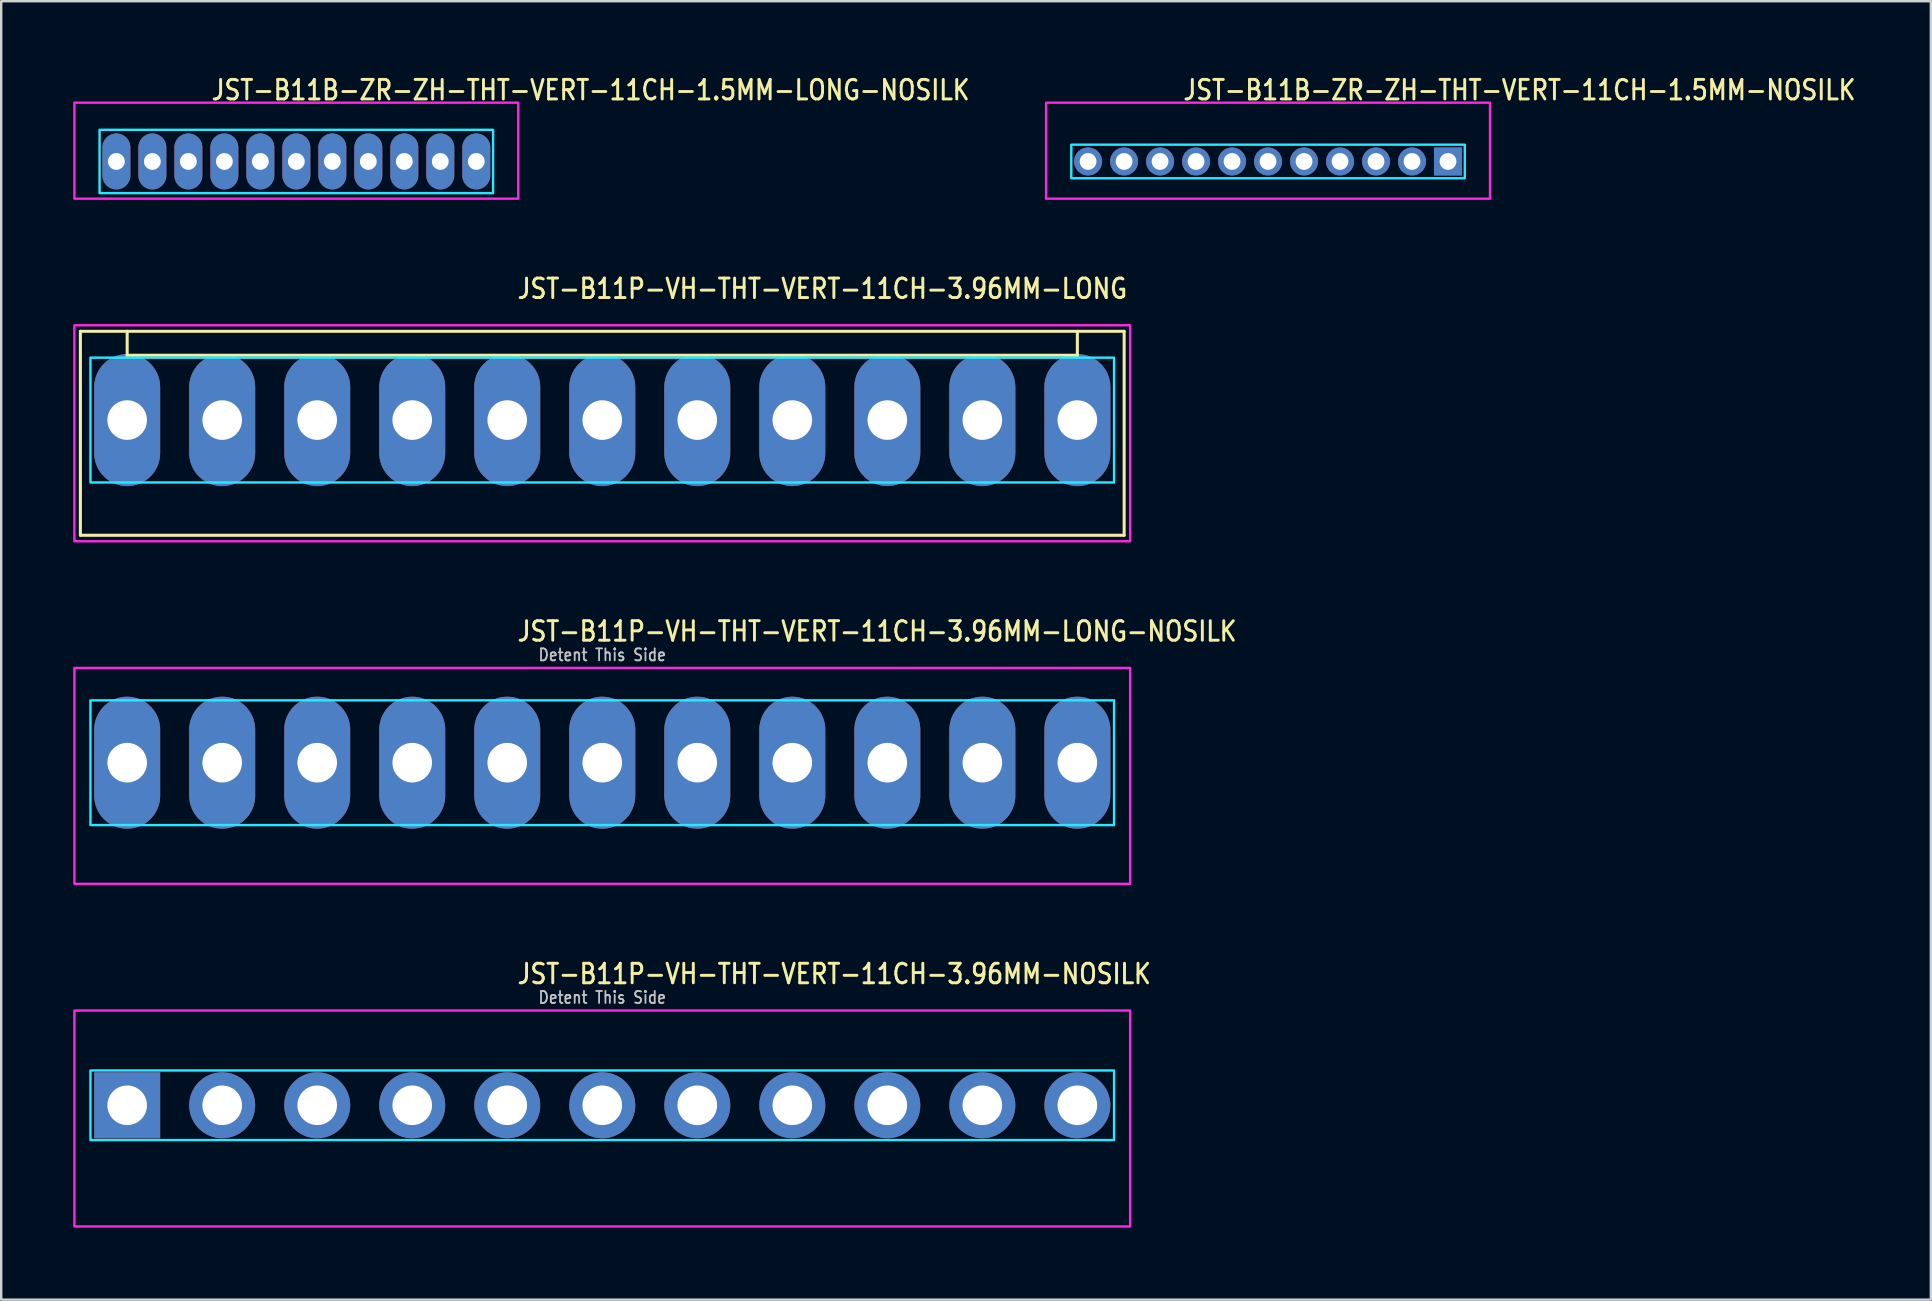
<source format=kicad_pcb>
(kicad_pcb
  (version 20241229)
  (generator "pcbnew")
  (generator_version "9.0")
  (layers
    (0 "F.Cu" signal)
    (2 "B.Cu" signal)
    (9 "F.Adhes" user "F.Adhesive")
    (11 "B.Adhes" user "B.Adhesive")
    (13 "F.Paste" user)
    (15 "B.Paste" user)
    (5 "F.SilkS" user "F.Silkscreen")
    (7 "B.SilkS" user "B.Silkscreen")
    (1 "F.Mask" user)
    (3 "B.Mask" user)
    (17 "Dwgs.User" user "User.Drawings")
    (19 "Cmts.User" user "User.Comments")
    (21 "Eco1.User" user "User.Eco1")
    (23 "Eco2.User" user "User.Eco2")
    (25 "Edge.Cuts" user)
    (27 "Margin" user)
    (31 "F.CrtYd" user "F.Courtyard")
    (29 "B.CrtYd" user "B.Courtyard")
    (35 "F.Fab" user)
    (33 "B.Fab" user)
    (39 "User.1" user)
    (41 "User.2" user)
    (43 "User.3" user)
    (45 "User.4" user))
  (footprint "JST-B11P-VH-THT-VERT-11CH-3.96MM-NOSILK"
    (layer "F.Cu")
    (at 22.05 43.014)
    (property "Reference" "JST-B11P-VH-THT-VERT-11CH-3.96MM-NOSILK" (at -3.6 -5 0) (unlocked yes) (layer "F.SilkS") (effects (font (size 0.813 0.695) (thickness 0.122)) (justify left bottom)))
    (fp_poly (pts (xy -21.33 -1.45) (xy -21.33 1.45) (xy 21.33 1.45) (xy 21.33 -1.45)) (stroke (width 0.1) (type solid)) (fill no) (layer "B.CrtYd"))
    (fp_poly (pts (xy -22 -3.95) (xy -22 5.05) (xy 22 5.05) (xy 22 -3.95)) (stroke (width 0.1) (type solid)) (fill no) (layer "F.CrtYd"))
    (fp_text user "Detent This Side" (at 0 -4.2 0) (unlocked yes) (layer "Dwgs.User") (effects (font (size 0.5 0.427) (thickness 0.075)) (justify bottom)))
    (pad "P$1" thru_hole rect (at -19.8 0) (size 2.75 2.75) (drill 1.65) (layers "*.Cu" "*.Mask"))
    (pad "P$2" thru_hole oval (at -15.84 0) (size 2.75 2.75) (drill 1.65) (layers "*.Cu" "*.Mask"))
    (pad "P$3" thru_hole oval (at -11.88 0) (size 2.75 2.75) (drill 1.65) (layers "*.Cu" "*.Mask"))
    (pad "P$4" thru_hole oval (at -7.92 0) (size 2.75 2.75) (drill 1.65) (layers "*.Cu" "*.Mask"))
    (pad "P$5" thru_hole oval (at -3.96 0) (size 2.75 2.75) (drill 1.65) (layers "*.Cu" "*.Mask"))
    (pad "P$6" thru_hole oval (at 0 0) (size 2.75 2.75) (drill 1.65) (layers "*.Cu" "*.Mask"))
    (pad "P$7" thru_hole oval (at 3.96 0) (size 2.75 2.75) (drill 1.65) (layers "*.Cu" "*.Mask"))
    (pad "P$8" thru_hole oval (at 7.92 0) (size 2.75 2.75) (drill 1.65) (layers "*.Cu" "*.Mask"))
    (pad "P$9" thru_hole oval (at 11.88 0) (size 2.75 2.75) (drill 1.65) (layers "*.Cu" "*.Mask"))
    (pad "P$10" thru_hole oval (at 15.84 0) (size 2.75 2.75) (drill 1.65) (layers "*.Cu" "*.Mask"))
    (pad "P$11" thru_hole oval (at 19.8 0) (size 2.75 2.75) (drill 1.65) (layers "*.Cu" "*.Mask")))
  (footprint "JST-B11P-VH-THT-VERT-11CH-3.96MM-LONG"
    (layer "F.Cu")
    (at 22.05 14.457)
    (property "Reference" "JST-B11P-VH-THT-VERT-11CH-3.96MM-LONG" (at -3.6 -5 0) (unlocked yes) (layer "F.SilkS") (effects (font (size 0.813 0.695) (thickness 0.122)) (justify left bottom)))
    (fp_line (start -21.75 -3.7) (end 21.75 -3.7) (stroke (width 0.127) (type solid)) (layer "F.SilkS"))
    (fp_line (start -21.75 4.8) (end -21.75 -3.7) (stroke (width 0.127) (type solid)) (layer "F.SilkS"))
    (fp_line (start -21.75 4.8) (end 21.75 4.8) (stroke (width 0.127) (type solid)) (layer "F.SilkS"))
    (fp_line (start -19.8 -3.7) (end -19.8 -2.7) (stroke (width 0.127) (type solid)) (layer "F.SilkS"))
    (fp_line (start -19.8 -2.7) (end 19.8 -2.7) (stroke (width 0.127) (type solid)) (layer "F.SilkS"))
    (fp_line (start 19.8 -3.7) (end 19.8 -2.7) (stroke (width 0.127) (type solid)) (layer "F.SilkS"))
    (fp_line (start 21.75 -3.7) (end 21.75 4.8) (stroke (width 0.127) (type solid)) (layer "F.SilkS"))
    (fp_poly (pts (xy -21.33 -2.6) (xy -21.33 2.6) (xy 21.33 2.6) (xy 21.33 -2.6)) (stroke (width 0.1) (type solid)) (fill no) (layer "B.CrtYd"))
    (fp_poly (pts (xy -22 -3.95) (xy -22 5.05) (xy 22 5.05) (xy 22 -3.95)) (stroke (width 0.1) (type solid)) (fill no) (layer "F.CrtYd"))
    (pad "P$1" thru_hole oval (at -19.8 0 90) (size 5.5 2.75) (drill 1.65) (layers "*.Cu" "*.Mask"))
    (pad "P$2" thru_hole oval (at -15.84 0 90) (size 5.5 2.75) (drill 1.65) (layers "*.Cu" "*.Mask"))
    (pad "P$3" thru_hole oval (at -11.88 0 90) (size 5.5 2.75) (drill 1.65) (layers "*.Cu" "*.Mask"))
    (pad "P$4" thru_hole oval (at -7.92 0 90) (size 5.5 2.75) (drill 1.65) (layers "*.Cu" "*.Mask"))
    (pad "P$5" thru_hole oval (at -3.96 0 90) (size 5.5 2.75) (drill 1.65) (layers "*.Cu" "*.Mask"))
    (pad "P$6" thru_hole oval (at 0 0 90) (size 5.5 2.75) (drill 1.65) (layers "*.Cu" "*.Mask"))
    (pad "P$7" thru_hole oval (at 3.96 0 90) (size 5.5 2.75) (drill 1.65) (layers "*.Cu" "*.Mask"))
    (pad "P$8" thru_hole oval (at 7.92 0 90) (size 5.5 2.75) (drill 1.65) (layers "*.Cu" "*.Mask"))
    (pad "P$9" thru_hole oval (at 11.88 0 90) (size 5.5 2.75) (drill 1.65) (layers "*.Cu" "*.Mask"))
    (pad "P$10" thru_hole oval (at 15.84 0 90) (size 5.5 2.75) (drill 1.65) (layers "*.Cu" "*.Mask"))
    (pad "P$11" thru_hole oval (at 19.8 0 90) (size 5.5 2.75) (drill 1.65) (layers "*.Cu" "*.Mask")))
  (footprint "JST-B11B-ZR-ZH-THT-VERT-11CH-1.5MM-LONG-NOSILK"
    (layer "F.Cu")
    (at 9.3 3.679)
    (property "Reference" "JST-B11B-ZR-ZH-THT-VERT-11CH-1.5MM-LONG-NOSILK" (at -3.6 -2.5 0) (unlocked yes) (layer "F.SilkS") (effects (font (size 0.813 0.695) (thickness 0.122)) (justify left bottom)))
    (fp_poly (pts (xy -8.2 -1.32) (xy -8.2 1.32) (xy 8.2 1.32) (xy 8.2 -1.32)) (stroke (width 0.1) (type solid)) (fill no) (layer "B.CrtYd"))
    (fp_poly (pts (xy -9.25 -2.45) (xy -9.25 1.55) (xy 9.25 1.55) (xy 9.25 -2.45)) (stroke (width 0.1) (type solid)) (fill no) (layer "F.CrtYd"))
    (pad "P$1" thru_hole oval (at 7.5 0 90) (size 2.333 1.167) (drill 0.7) (layers "*.Cu" "*.Mask"))
    (pad "P$2" thru_hole oval (at 6 0 90) (size 2.333 1.167) (drill 0.7) (layers "*.Cu" "*.Mask"))
    (pad "P$3" thru_hole oval (at 4.5 0 90) (size 2.333 1.167) (drill 0.7) (layers "*.Cu" "*.Mask"))
    (pad "P$4" thru_hole oval (at 3 0 90) (size 2.333 1.167) (drill 0.7) (layers "*.Cu" "*.Mask"))
    (pad "P$5" thru_hole oval (at 1.5 0 90) (size 2.333 1.167) (drill 0.7) (layers "*.Cu" "*.Mask"))
    (pad "P$6" thru_hole oval (at 0 0 90) (size 2.333 1.167) (drill 0.7) (layers "*.Cu" "*.Mask"))
    (pad "P$7" thru_hole oval (at -1.5 0 90) (size 2.333 1.167) (drill 0.7) (layers "*.Cu" "*.Mask"))
    (pad "P$8" thru_hole oval (at -3 0 90) (size 2.333 1.167) (drill 0.7) (layers "*.Cu" "*.Mask"))
    (pad "P$9" thru_hole oval (at -4.5 0 90) (size 2.333 1.167) (drill 0.7) (layers "*.Cu" "*.Mask"))
    (pad "P$10" thru_hole oval (at -6 0 90) (size 2.333 1.167) (drill 0.7) (layers "*.Cu" "*.Mask"))
    (pad "P$11" thru_hole oval (at -7.5 0 90) (size 2.333 1.167) (drill 0.7) (layers "*.Cu" "*.Mask")))
  (footprint "JST-B11B-ZR-ZH-THT-VERT-11CH-1.5MM-NOSILK"
    (layer "F.Cu")
    (at 49.797 3.679)
    (property "Reference" "JST-B11B-ZR-ZH-THT-VERT-11CH-1.5MM-NOSILK" (at -3.6 -2.5 0) (unlocked yes) (layer "F.SilkS") (effects (font (size 0.813 0.695) (thickness 0.122)) (justify left bottom)))
    (fp_poly (pts (xy -8.2 -0.7) (xy -8.2 0.7) (xy 8.2 0.7) (xy 8.2 -0.7)) (stroke (width 0.1) (type solid)) (fill no) (layer "B.CrtYd"))
    (fp_poly (pts (xy -9.25 -2.45) (xy -9.25 1.55) (xy 9.25 1.55) (xy 9.25 -2.45)) (stroke (width 0.1) (type solid)) (fill no) (layer "F.CrtYd"))
    (pad "P$1" thru_hole rect (at 7.5 0) (size 1.167 1.167) (drill 0.7) (layers "*.Cu" "*.Mask"))
    (pad "P$2" thru_hole oval (at 6 0) (size 1.167 1.167) (drill 0.7) (layers "*.Cu" "*.Mask"))
    (pad "P$3" thru_hole oval (at 4.5 0) (size 1.167 1.167) (drill 0.7) (layers "*.Cu" "*.Mask"))
    (pad "P$4" thru_hole oval (at 3 0) (size 1.167 1.167) (drill 0.7) (layers "*.Cu" "*.Mask"))
    (pad "P$5" thru_hole oval (at 1.5 0) (size 1.167 1.167) (drill 0.7) (layers "*.Cu" "*.Mask"))
    (pad "P$6" thru_hole oval (at 0 0) (size 1.167 1.167) (drill 0.7) (layers "*.Cu" "*.Mask"))
    (pad "P$7" thru_hole oval (at -1.5 0) (size 1.167 1.167) (drill 0.7) (layers "*.Cu" "*.Mask"))
    (pad "P$8" thru_hole oval (at -3 0) (size 1.167 1.167) (drill 0.7) (layers "*.Cu" "*.Mask"))
    (pad "P$9" thru_hole oval (at -4.5 0) (size 1.167 1.167) (drill 0.7) (layers "*.Cu" "*.Mask"))
    (pad "P$10" thru_hole oval (at -6 0) (size 1.167 1.167) (drill 0.7) (layers "*.Cu" "*.Mask"))
    (pad "P$11" thru_hole oval (at -7.5 0) (size 1.167 1.167) (drill 0.7) (layers "*.Cu" "*.Mask")))
  (footprint "JST-B11P-VH-THT-VERT-11CH-3.96MM-LONG-NOSILK"
    (layer "F.Cu")
    (at 22.05 28.736)
    (property "Reference" "JST-B11P-VH-THT-VERT-11CH-3.96MM-LONG-NOSILK" (at -3.6 -5 0) (unlocked yes) (layer "F.SilkS") (effects (font (size 0.813 0.695) (thickness 0.122)) (justify left bottom)))
    (fp_poly (pts (xy -21.33 -2.6) (xy -21.33 2.6) (xy 21.33 2.6) (xy 21.33 -2.6)) (stroke (width 0.1) (type solid)) (fill no) (layer "B.CrtYd"))
    (fp_poly (pts (xy -22 -3.95) (xy -22 5.05) (xy 22 5.05) (xy 22 -3.95)) (stroke (width 0.1) (type solid)) (fill no) (layer "F.CrtYd"))
    (fp_text user "Detent This Side" (at 0 -4.2 0) (unlocked yes) (layer "Dwgs.User") (effects (font (size 0.5 0.427) (thickness 0.075)) (justify bottom)))
    (pad "P$1" thru_hole oval (at -19.8 0 90) (size 5.5 2.75) (drill 1.65) (layers "*.Cu" "*.Mask"))
    (pad "P$2" thru_hole oval (at -15.84 0 90) (size 5.5 2.75) (drill 1.65) (layers "*.Cu" "*.Mask"))
    (pad "P$3" thru_hole oval (at -11.88 0 90) (size 5.5 2.75) (drill 1.65) (layers "*.Cu" "*.Mask"))
    (pad "P$4" thru_hole oval (at -7.92 0 90) (size 5.5 2.75) (drill 1.65) (layers "*.Cu" "*.Mask"))
    (pad "P$5" thru_hole oval (at -3.96 0 90) (size 5.5 2.75) (drill 1.65) (layers "*.Cu" "*.Mask"))
    (pad "P$6" thru_hole oval (at 0 0 90) (size 5.5 2.75) (drill 1.65) (layers "*.Cu" "*.Mask"))
    (pad "P$7" thru_hole oval (at 3.96 0 90) (size 5.5 2.75) (drill 1.65) (layers "*.Cu" "*.Mask"))
    (pad "P$8" thru_hole oval (at 7.92 0 90) (size 5.5 2.75) (drill 1.65) (layers "*.Cu" "*.Mask"))
    (pad "P$9" thru_hole oval (at 11.88 0 90) (size 5.5 2.75) (drill 1.65) (layers "*.Cu" "*.Mask"))
    (pad "P$10" thru_hole oval (at 15.84 0 90) (size 5.5 2.75) (drill 1.65) (layers "*.Cu" "*.Mask"))
    (pad "P$11" thru_hole oval (at 19.8 0 90) (size 5.5 2.75) (drill 1.65) (layers "*.Cu" "*.Mask")))
  (gr_rect
    (start -3 -3)
    (end 77.42 51.114)
    (stroke (width 0.1) (type default))
    (fill no)
    (layer "Edge.Cuts")))
</source>
